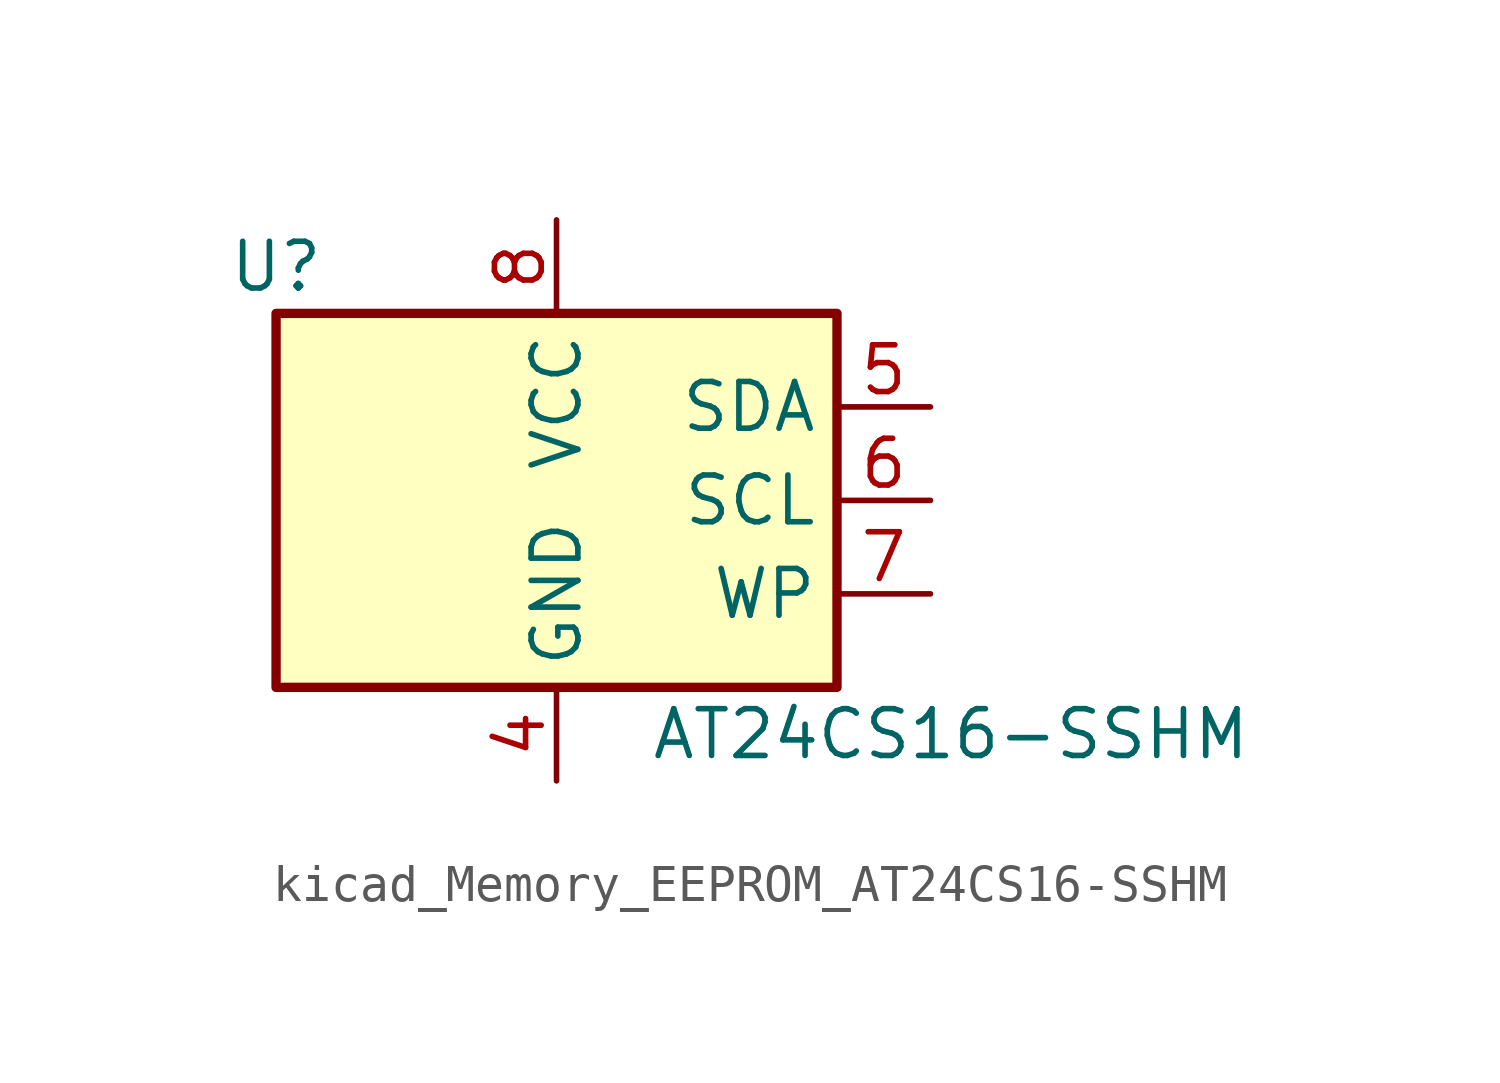
<source format=kicad_sym>
(kicad_symbol_lib
  (version 20220914)
  (generator kicad_symbol_editor)
  (symbol "kicad_Memory_EEPROM_AT24CS16-SSHM"
    (property "Reference" "U"
      (at -7.62 6.35 0)
      (effects (font (size 1.27 1.27))))
    (property "Value" "AT24CS16-SSHM"
      (at 2.54 -6.35 0)
      (effects (font (size 1.27 1.27)) (justify left)))
    (symbol "kicad_Memory_EEPROM_AT24CS16-SSHM_1_1"
      (rectangle (start -7.62 5.08) (end 7.62 -5.08) (stroke (width 0.254) (type default)) (fill (type background)))
      (pin no_connect line (at -7.62 2.54 0) (length 2.54) hide (name "NC" (effects (font (size 1.27 1.27)))) (number "1" (effects (font (size 1.27 1.27)))))
      (pin no_connect line (at -7.62 0 0) (length 2.54) hide (name "NC" (effects (font (size 1.27 1.27)))) (number "2" (effects (font (size 1.27 1.27)))))
      (pin no_connect line (at -7.62 -2.54 0) (length 2.54) hide (name "NC" (effects (font (size 1.27 1.27)))) (number "3" (effects (font (size 1.27 1.27)))))
      (pin power_in line (at 0 -7.62 90) (length 2.54) (name "GND" (effects (font (size 1.27 1.27)))) (number "4" (effects (font (size 1.27 1.27)))))
      (pin bidirectional line (at 10.16 2.54 180) (length 2.54) (name "SDA" (effects (font (size 1.27 1.27)))) (number "5" (effects (font (size 1.27 1.27)))))
      (pin input line (at 10.16 0 180) (length 2.54) (name "SCL" (effects (font (size 1.27 1.27)))) (number "6" (effects (font (size 1.27 1.27)))))
      (pin input line (at 10.16 -2.54 180) (length 2.54) (name "WP" (effects (font (size 1.27 1.27)))) (number "7" (effects (font (size 1.27 1.27)))))
      (pin power_in line (at 0 7.62 270) (length 2.54) (name "VCC" (effects (font (size 1.27 1.27)))) (number "8" (effects (font (size 1.27 1.27))))))))
</source>
